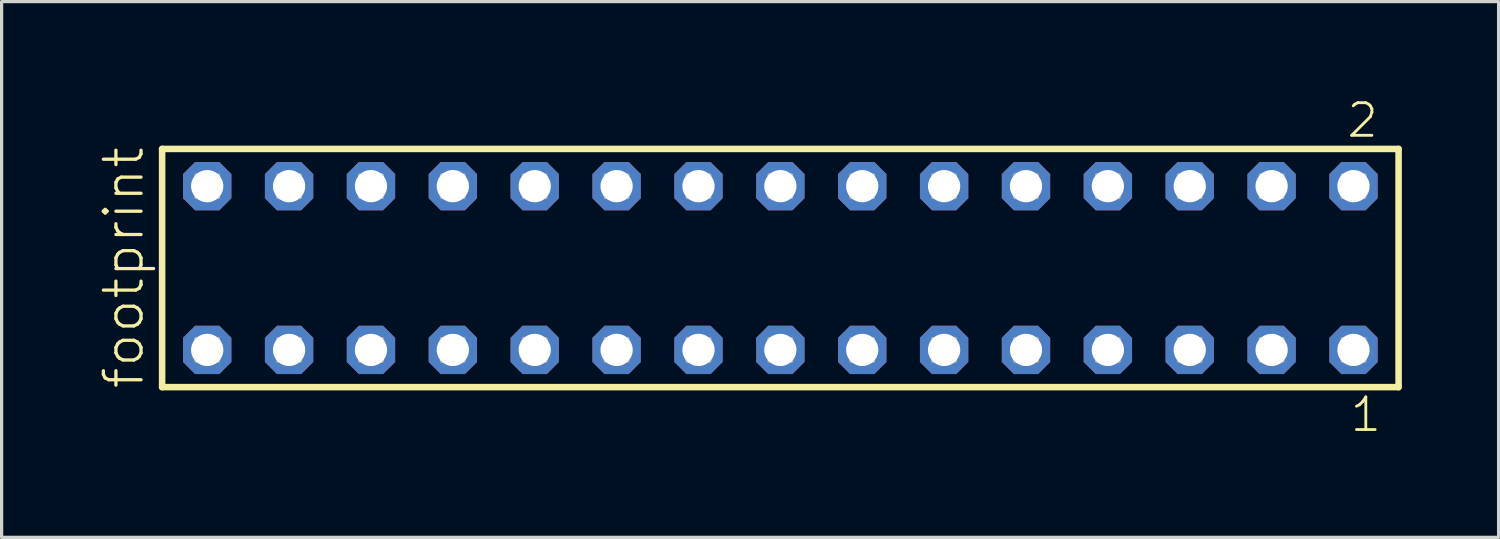
<source format=kicad_pcb>
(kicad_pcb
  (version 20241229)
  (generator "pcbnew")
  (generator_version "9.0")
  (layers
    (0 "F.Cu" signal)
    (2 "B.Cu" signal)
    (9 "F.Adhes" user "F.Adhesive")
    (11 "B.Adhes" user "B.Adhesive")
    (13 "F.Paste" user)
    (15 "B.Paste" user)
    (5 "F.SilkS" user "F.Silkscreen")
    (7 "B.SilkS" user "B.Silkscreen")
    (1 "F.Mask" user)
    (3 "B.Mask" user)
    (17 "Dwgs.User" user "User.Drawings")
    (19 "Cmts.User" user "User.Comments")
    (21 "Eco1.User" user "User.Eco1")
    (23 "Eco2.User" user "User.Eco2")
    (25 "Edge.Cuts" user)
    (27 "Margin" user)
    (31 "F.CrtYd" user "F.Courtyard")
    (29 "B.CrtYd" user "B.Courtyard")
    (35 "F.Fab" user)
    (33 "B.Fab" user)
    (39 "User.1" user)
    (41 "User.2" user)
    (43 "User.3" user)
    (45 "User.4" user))
  (footprint "footprint"
    (layer "F.Cu")
    (at 21.158 5.265)
    (property "Reference" "footprint" (at -19.685 3.81 90) (layer "F.SilkS") (effects (font (size 1.168 1.168) (thickness 0.102)) (justify left bottom)))
    (fp_line (start -19.179 -3.695) (end 19.179 -3.695) (stroke (width 0.203) (type solid)) (layer "F.SilkS"))
    (fp_line (start -19.179 3.695) (end -19.179 -3.695) (stroke (width 0.203) (type solid)) (layer "F.SilkS"))
    (fp_line (start 19.179 -3.695) (end 19.179 3.695) (stroke (width 0.203) (type solid)) (layer "F.SilkS"))
    (fp_line (start 19.179 3.695) (end -19.179 3.695) (stroke (width 0.203) (type solid)) (layer "F.SilkS"))
    (fp_poly (pts (xy -18.13 -2.19) (xy -17.43 -2.19) (xy -17.43 -2.89) (xy -18.13 -2.89)) (stroke (width 0.1) (type solid)) (fill no) (layer "F.Fab"))
    (fp_poly (pts (xy -18.13 2.89) (xy -17.43 2.89) (xy -17.43 2.19) (xy -18.13 2.19)) (stroke (width 0.1) (type solid)) (fill no) (layer "F.Fab"))
    (fp_poly (pts (xy -15.59 -2.19) (xy -14.89 -2.19) (xy -14.89 -2.89) (xy -15.59 -2.89)) (stroke (width 0.1) (type solid)) (fill no) (layer "F.Fab"))
    (fp_poly (pts (xy -15.59 2.89) (xy -14.89 2.89) (xy -14.89 2.19) (xy -15.59 2.19)) (stroke (width 0.1) (type solid)) (fill no) (layer "F.Fab"))
    (fp_poly (pts (xy -13.05 -2.19) (xy -12.35 -2.19) (xy -12.35 -2.89) (xy -13.05 -2.89)) (stroke (width 0.1) (type solid)) (fill no) (layer "F.Fab"))
    (fp_poly (pts (xy -13.05 2.89) (xy -12.35 2.89) (xy -12.35 2.19) (xy -13.05 2.19)) (stroke (width 0.1) (type solid)) (fill no) (layer "F.Fab"))
    (fp_poly (pts (xy -10.51 -2.19) (xy -9.81 -2.19) (xy -9.81 -2.89) (xy -10.51 -2.89)) (stroke (width 0.1) (type solid)) (fill no) (layer "F.Fab"))
    (fp_poly (pts (xy -10.51 2.89) (xy -9.81 2.89) (xy -9.81 2.19) (xy -10.51 2.19)) (stroke (width 0.1) (type solid)) (fill no) (layer "F.Fab"))
    (fp_poly (pts (xy -7.97 -2.19) (xy -7.27 -2.19) (xy -7.27 -2.89) (xy -7.97 -2.89)) (stroke (width 0.1) (type solid)) (fill no) (layer "F.Fab"))
    (fp_poly (pts (xy -7.97 2.89) (xy -7.27 2.89) (xy -7.27 2.19) (xy -7.97 2.19)) (stroke (width 0.1) (type solid)) (fill no) (layer "F.Fab"))
    (fp_poly (pts (xy -5.43 -2.19) (xy -4.73 -2.19) (xy -4.73 -2.89) (xy -5.43 -2.89)) (stroke (width 0.1) (type solid)) (fill no) (layer "F.Fab"))
    (fp_poly (pts (xy -5.43 2.89) (xy -4.73 2.89) (xy -4.73 2.19) (xy -5.43 2.19)) (stroke (width 0.1) (type solid)) (fill no) (layer "F.Fab"))
    (fp_poly (pts (xy -2.89 -2.19) (xy -2.19 -2.19) (xy -2.19 -2.89) (xy -2.89 -2.89)) (stroke (width 0.1) (type solid)) (fill no) (layer "F.Fab"))
    (fp_poly (pts (xy -2.89 2.89) (xy -2.19 2.89) (xy -2.19 2.19) (xy -2.89 2.19)) (stroke (width 0.1) (type solid)) (fill no) (layer "F.Fab"))
    (fp_poly (pts (xy -0.35 -2.19) (xy 0.35 -2.19) (xy 0.35 -2.89) (xy -0.35 -2.89)) (stroke (width 0.1) (type solid)) (fill no) (layer "F.Fab"))
    (fp_poly (pts (xy -0.35 2.89) (xy 0.35 2.89) (xy 0.35 2.19) (xy -0.35 2.19)) (stroke (width 0.1) (type solid)) (fill no) (layer "F.Fab"))
    (fp_poly (pts (xy 2.19 -2.19) (xy 2.89 -2.19) (xy 2.89 -2.89) (xy 2.19 -2.89)) (stroke (width 0.1) (type solid)) (fill no) (layer "F.Fab"))
    (fp_poly (pts (xy 2.19 2.89) (xy 2.89 2.89) (xy 2.89 2.19) (xy 2.19 2.19)) (stroke (width 0.1) (type solid)) (fill no) (layer "F.Fab"))
    (fp_poly (pts (xy 4.73 -2.19) (xy 5.43 -2.19) (xy 5.43 -2.89) (xy 4.73 -2.89)) (stroke (width 0.1) (type solid)) (fill no) (layer "F.Fab"))
    (fp_poly (pts (xy 4.73 2.89) (xy 5.43 2.89) (xy 5.43 2.19) (xy 4.73 2.19)) (stroke (width 0.1) (type solid)) (fill no) (layer "F.Fab"))
    (fp_poly (pts (xy 7.27 -2.19) (xy 7.97 -2.19) (xy 7.97 -2.89) (xy 7.27 -2.89)) (stroke (width 0.1) (type solid)) (fill no) (layer "F.Fab"))
    (fp_poly (pts (xy 7.27 2.89) (xy 7.97 2.89) (xy 7.97 2.19) (xy 7.27 2.19)) (stroke (width 0.1) (type solid)) (fill no) (layer "F.Fab"))
    (fp_poly (pts (xy 9.81 -2.19) (xy 10.51 -2.19) (xy 10.51 -2.89) (xy 9.81 -2.89)) (stroke (width 0.1) (type solid)) (fill no) (layer "F.Fab"))
    (fp_poly (pts (xy 9.81 2.89) (xy 10.51 2.89) (xy 10.51 2.19) (xy 9.81 2.19)) (stroke (width 0.1) (type solid)) (fill no) (layer "F.Fab"))
    (fp_poly (pts (xy 12.35 -2.19) (xy 13.05 -2.19) (xy 13.05 -2.89) (xy 12.35 -2.89)) (stroke (width 0.1) (type solid)) (fill no) (layer "F.Fab"))
    (fp_poly (pts (xy 12.35 2.89) (xy 13.05 2.89) (xy 13.05 2.19) (xy 12.35 2.19)) (stroke (width 0.1) (type solid)) (fill no) (layer "F.Fab"))
    (fp_poly (pts (xy 14.89 -2.19) (xy 15.59 -2.19) (xy 15.59 -2.89) (xy 14.89 -2.89)) (stroke (width 0.1) (type solid)) (fill no) (layer "F.Fab"))
    (fp_poly (pts (xy 14.89 2.89) (xy 15.59 2.89) (xy 15.59 2.19) (xy 14.89 2.19)) (stroke (width 0.1) (type solid)) (fill no) (layer "F.Fab"))
    (fp_poly (pts (xy 17.43 -2.19) (xy 18.13 -2.19) (xy 18.13 -2.89) (xy 17.43 -2.89)) (stroke (width 0.1) (type solid)) (fill no) (layer "F.Fab"))
    (fp_poly (pts (xy 17.43 2.89) (xy 18.13 2.89) (xy 18.13 2.19) (xy 17.43 2.19)) (stroke (width 0.1) (type solid)) (fill no) (layer "F.Fab"))
    (fp_text user "1" (at 17.622 5.138 0) (layer "F.SilkS") (effects (font (size 1.012 1.012) (thickness 0.088)) (justify left bottom)))
    (fp_text user "2" (at 17.522 -3.989 0) (layer "F.SilkS") (effects (font (size 1.012 1.012) (thickness 0.088)) (justify left bottom)))
    (pad "1" thru_hole roundrect (at 17.78 2.54 180) (size 1.5 1.5) (drill 1) (layers "*.Cu" "*.Mask") (roundrect_rratio 0.25) (chamfer_ratio 0.25) (chamfer top_left top_right bottom_left bottom_right))
    (pad "2" thru_hole roundrect (at 17.78 -2.54 180) (size 1.5 1.5) (drill 1) (layers "*.Cu" "*.Mask") (roundrect_rratio 0.25) (chamfer_ratio 0.25) (chamfer top_left top_right bottom_left bottom_right))
    (pad "3" thru_hole roundrect (at 15.24 2.54 180) (size 1.5 1.5) (drill 1) (layers "*.Cu" "*.Mask") (roundrect_rratio 0.25) (chamfer_ratio 0.25) (chamfer top_left top_right bottom_left bottom_right))
    (pad "4" thru_hole roundrect (at 15.24 -2.54 180) (size 1.5 1.5) (drill 1) (layers "*.Cu" "*.Mask") (roundrect_rratio 0.25) (chamfer_ratio 0.25) (chamfer top_left top_right bottom_left bottom_right))
    (pad "5" thru_hole roundrect (at 12.7 2.54 180) (size 1.5 1.5) (drill 1) (layers "*.Cu" "*.Mask") (roundrect_rratio 0.25) (chamfer_ratio 0.25) (chamfer top_left top_right bottom_left bottom_right))
    (pad "6" thru_hole roundrect (at 12.7 -2.54 180) (size 1.5 1.5) (drill 1) (layers "*.Cu" "*.Mask") (roundrect_rratio 0.25) (chamfer_ratio 0.25) (chamfer top_left top_right bottom_left bottom_right))
    (pad "7" thru_hole roundrect (at 10.16 2.54 180) (size 1.5 1.5) (drill 1) (layers "*.Cu" "*.Mask") (roundrect_rratio 0.25) (chamfer_ratio 0.25) (chamfer top_left top_right bottom_left bottom_right))
    (pad "8" thru_hole roundrect (at 10.16 -2.54 180) (size 1.5 1.5) (drill 1) (layers "*.Cu" "*.Mask") (roundrect_rratio 0.25) (chamfer_ratio 0.25) (chamfer top_left top_right bottom_left bottom_right))
    (pad "9" thru_hole roundrect (at 7.62 2.54 180) (size 1.5 1.5) (drill 1) (layers "*.Cu" "*.Mask") (roundrect_rratio 0.25) (chamfer_ratio 0.25) (chamfer top_left top_right bottom_left bottom_right))
    (pad "10" thru_hole roundrect (at 7.62 -2.54 180) (size 1.5 1.5) (drill 1) (layers "*.Cu" "*.Mask") (roundrect_rratio 0.25) (chamfer_ratio 0.25) (chamfer top_left top_right bottom_left bottom_right))
    (pad "11" thru_hole roundrect (at 5.08 2.54 180) (size 1.5 1.5) (drill 1) (layers "*.Cu" "*.Mask") (roundrect_rratio 0.25) (chamfer_ratio 0.25) (chamfer top_left top_right bottom_left bottom_right))
    (pad "12" thru_hole roundrect (at 5.08 -2.54 180) (size 1.5 1.5) (drill 1) (layers "*.Cu" "*.Mask") (roundrect_rratio 0.25) (chamfer_ratio 0.25) (chamfer top_left top_right bottom_left bottom_right))
    (pad "13" thru_hole roundrect (at 2.54 2.54 180) (size 1.5 1.5) (drill 1) (layers "*.Cu" "*.Mask") (roundrect_rratio 0.25) (chamfer_ratio 0.25) (chamfer top_left top_right bottom_left bottom_right))
    (pad "14" thru_hole roundrect (at 2.54 -2.54 180) (size 1.5 1.5) (drill 1) (layers "*.Cu" "*.Mask") (roundrect_rratio 0.25) (chamfer_ratio 0.25) (chamfer top_left top_right bottom_left bottom_right))
    (pad "15" thru_hole roundrect (at 0 2.54 180) (size 1.5 1.5) (drill 1) (layers "*.Cu" "*.Mask") (roundrect_rratio 0.25) (chamfer_ratio 0.25) (chamfer top_left top_right bottom_left bottom_right))
    (pad "16" thru_hole roundrect (at 0 -2.54 180) (size 1.5 1.5) (drill 1) (layers "*.Cu" "*.Mask") (roundrect_rratio 0.25) (chamfer_ratio 0.25) (chamfer top_left top_right bottom_left bottom_right))
    (pad "17" thru_hole roundrect (at -2.54 2.54 180) (size 1.5 1.5) (drill 1) (layers "*.Cu" "*.Mask") (roundrect_rratio 0.25) (chamfer_ratio 0.25) (chamfer top_left top_right bottom_left bottom_right))
    (pad "18" thru_hole roundrect (at -2.54 -2.54 180) (size 1.5 1.5) (drill 1) (layers "*.Cu" "*.Mask") (roundrect_rratio 0.25) (chamfer_ratio 0.25) (chamfer top_left top_right bottom_left bottom_right))
    (pad "19" thru_hole roundrect (at -5.08 2.54 180) (size 1.5 1.5) (drill 1) (layers "*.Cu" "*.Mask") (roundrect_rratio 0.25) (chamfer_ratio 0.25) (chamfer top_left top_right bottom_left bottom_right))
    (pad "20" thru_hole roundrect (at -5.08 -2.54 180) (size 1.5 1.5) (drill 1) (layers "*.Cu" "*.Mask") (roundrect_rratio 0.25) (chamfer_ratio 0.25) (chamfer top_left top_right bottom_left bottom_right))
    (pad "21" thru_hole roundrect (at -7.62 2.54 180) (size 1.5 1.5) (drill 1) (layers "*.Cu" "*.Mask") (roundrect_rratio 0.25) (chamfer_ratio 0.25) (chamfer top_left top_right bottom_left bottom_right))
    (pad "22" thru_hole roundrect (at -7.62 -2.54 180) (size 1.5 1.5) (drill 1) (layers "*.Cu" "*.Mask") (roundrect_rratio 0.25) (chamfer_ratio 0.25) (chamfer top_left top_right bottom_left bottom_right))
    (pad "23" thru_hole roundrect (at -10.16 2.54 180) (size 1.5 1.5) (drill 1) (layers "*.Cu" "*.Mask") (roundrect_rratio 0.25) (chamfer_ratio 0.25) (chamfer top_left top_right bottom_left bottom_right))
    (pad "24" thru_hole roundrect (at -10.16 -2.54 180) (size 1.5 1.5) (drill 1) (layers "*.Cu" "*.Mask") (roundrect_rratio 0.25) (chamfer_ratio 0.25) (chamfer top_left top_right bottom_left bottom_right))
    (pad "25" thru_hole roundrect (at -12.7 2.54 180) (size 1.5 1.5) (drill 1) (layers "*.Cu" "*.Mask") (roundrect_rratio 0.25) (chamfer_ratio 0.25) (chamfer top_left top_right bottom_left bottom_right))
    (pad "26" thru_hole roundrect (at -12.7 -2.54 180) (size 1.5 1.5) (drill 1) (layers "*.Cu" "*.Mask") (roundrect_rratio 0.25) (chamfer_ratio 0.25) (chamfer top_left top_right bottom_left bottom_right))
    (pad "27" thru_hole roundrect (at -15.24 2.54 180) (size 1.5 1.5) (drill 1) (layers "*.Cu" "*.Mask") (roundrect_rratio 0.25) (chamfer_ratio 0.25) (chamfer top_left top_right bottom_left bottom_right))
    (pad "28" thru_hole roundrect (at -15.24 -2.54 180) (size 1.5 1.5) (drill 1) (layers "*.Cu" "*.Mask") (roundrect_rratio 0.25) (chamfer_ratio 0.25) (chamfer top_left top_right bottom_left bottom_right))
    (pad "29" thru_hole roundrect (at -17.78 2.54 180) (size 1.5 1.5) (drill 1) (layers "*.Cu" "*.Mask") (roundrect_rratio 0.25) (chamfer_ratio 0.25) (chamfer top_left top_right bottom_left bottom_right))
    (pad "30" thru_hole roundrect (at -17.78 -2.54 180) (size 1.5 1.5) (drill 1) (layers "*.Cu" "*.Mask") (roundrect_rratio 0.25) (chamfer_ratio 0.25) (chamfer top_left top_right bottom_left bottom_right)))
  (gr_rect
    (start -3 -3)
    (end 43.439 13.62)
    (stroke (width 0.1) (type default))
    (fill no)
    (layer "Edge.Cuts")))
</source>
